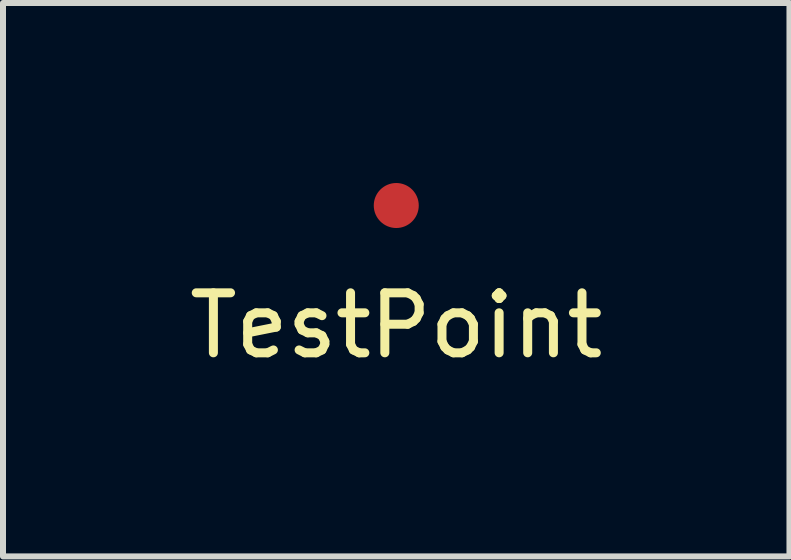
<source format=kicad_pcb>
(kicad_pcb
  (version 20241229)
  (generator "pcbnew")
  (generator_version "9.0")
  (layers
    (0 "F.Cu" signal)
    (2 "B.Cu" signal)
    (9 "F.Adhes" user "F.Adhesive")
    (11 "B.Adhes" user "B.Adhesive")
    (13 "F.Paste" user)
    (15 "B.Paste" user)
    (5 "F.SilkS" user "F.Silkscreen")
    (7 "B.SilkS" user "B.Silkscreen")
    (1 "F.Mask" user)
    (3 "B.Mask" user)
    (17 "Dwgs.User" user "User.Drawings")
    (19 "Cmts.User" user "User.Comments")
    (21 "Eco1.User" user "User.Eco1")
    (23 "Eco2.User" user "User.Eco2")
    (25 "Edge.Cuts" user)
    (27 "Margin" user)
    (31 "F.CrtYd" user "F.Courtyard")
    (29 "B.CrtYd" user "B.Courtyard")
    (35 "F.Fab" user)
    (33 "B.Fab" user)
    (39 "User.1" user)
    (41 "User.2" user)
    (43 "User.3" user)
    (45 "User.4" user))
  (footprint "TestPoint"
    (layer "F.Cu")
    (at 3.554 0.375)
    (property "Reference" "TestPoint" (at 0 2 0) (layer "F.SilkS") (effects (font (size 1 1) (thickness 0.15))))
    (attr through_hole)
    (pad "1" smd circle (at 0 0) (size 0.75 0.75) (layers "F.Cu" "F.Mask" "F.Paste")))
  (gr_rect
    (start -3 -3)
    (end 10.107 6.223)
    (stroke (width 0.1) (type default))
    (fill no)
    (layer "Edge.Cuts")))
</source>
